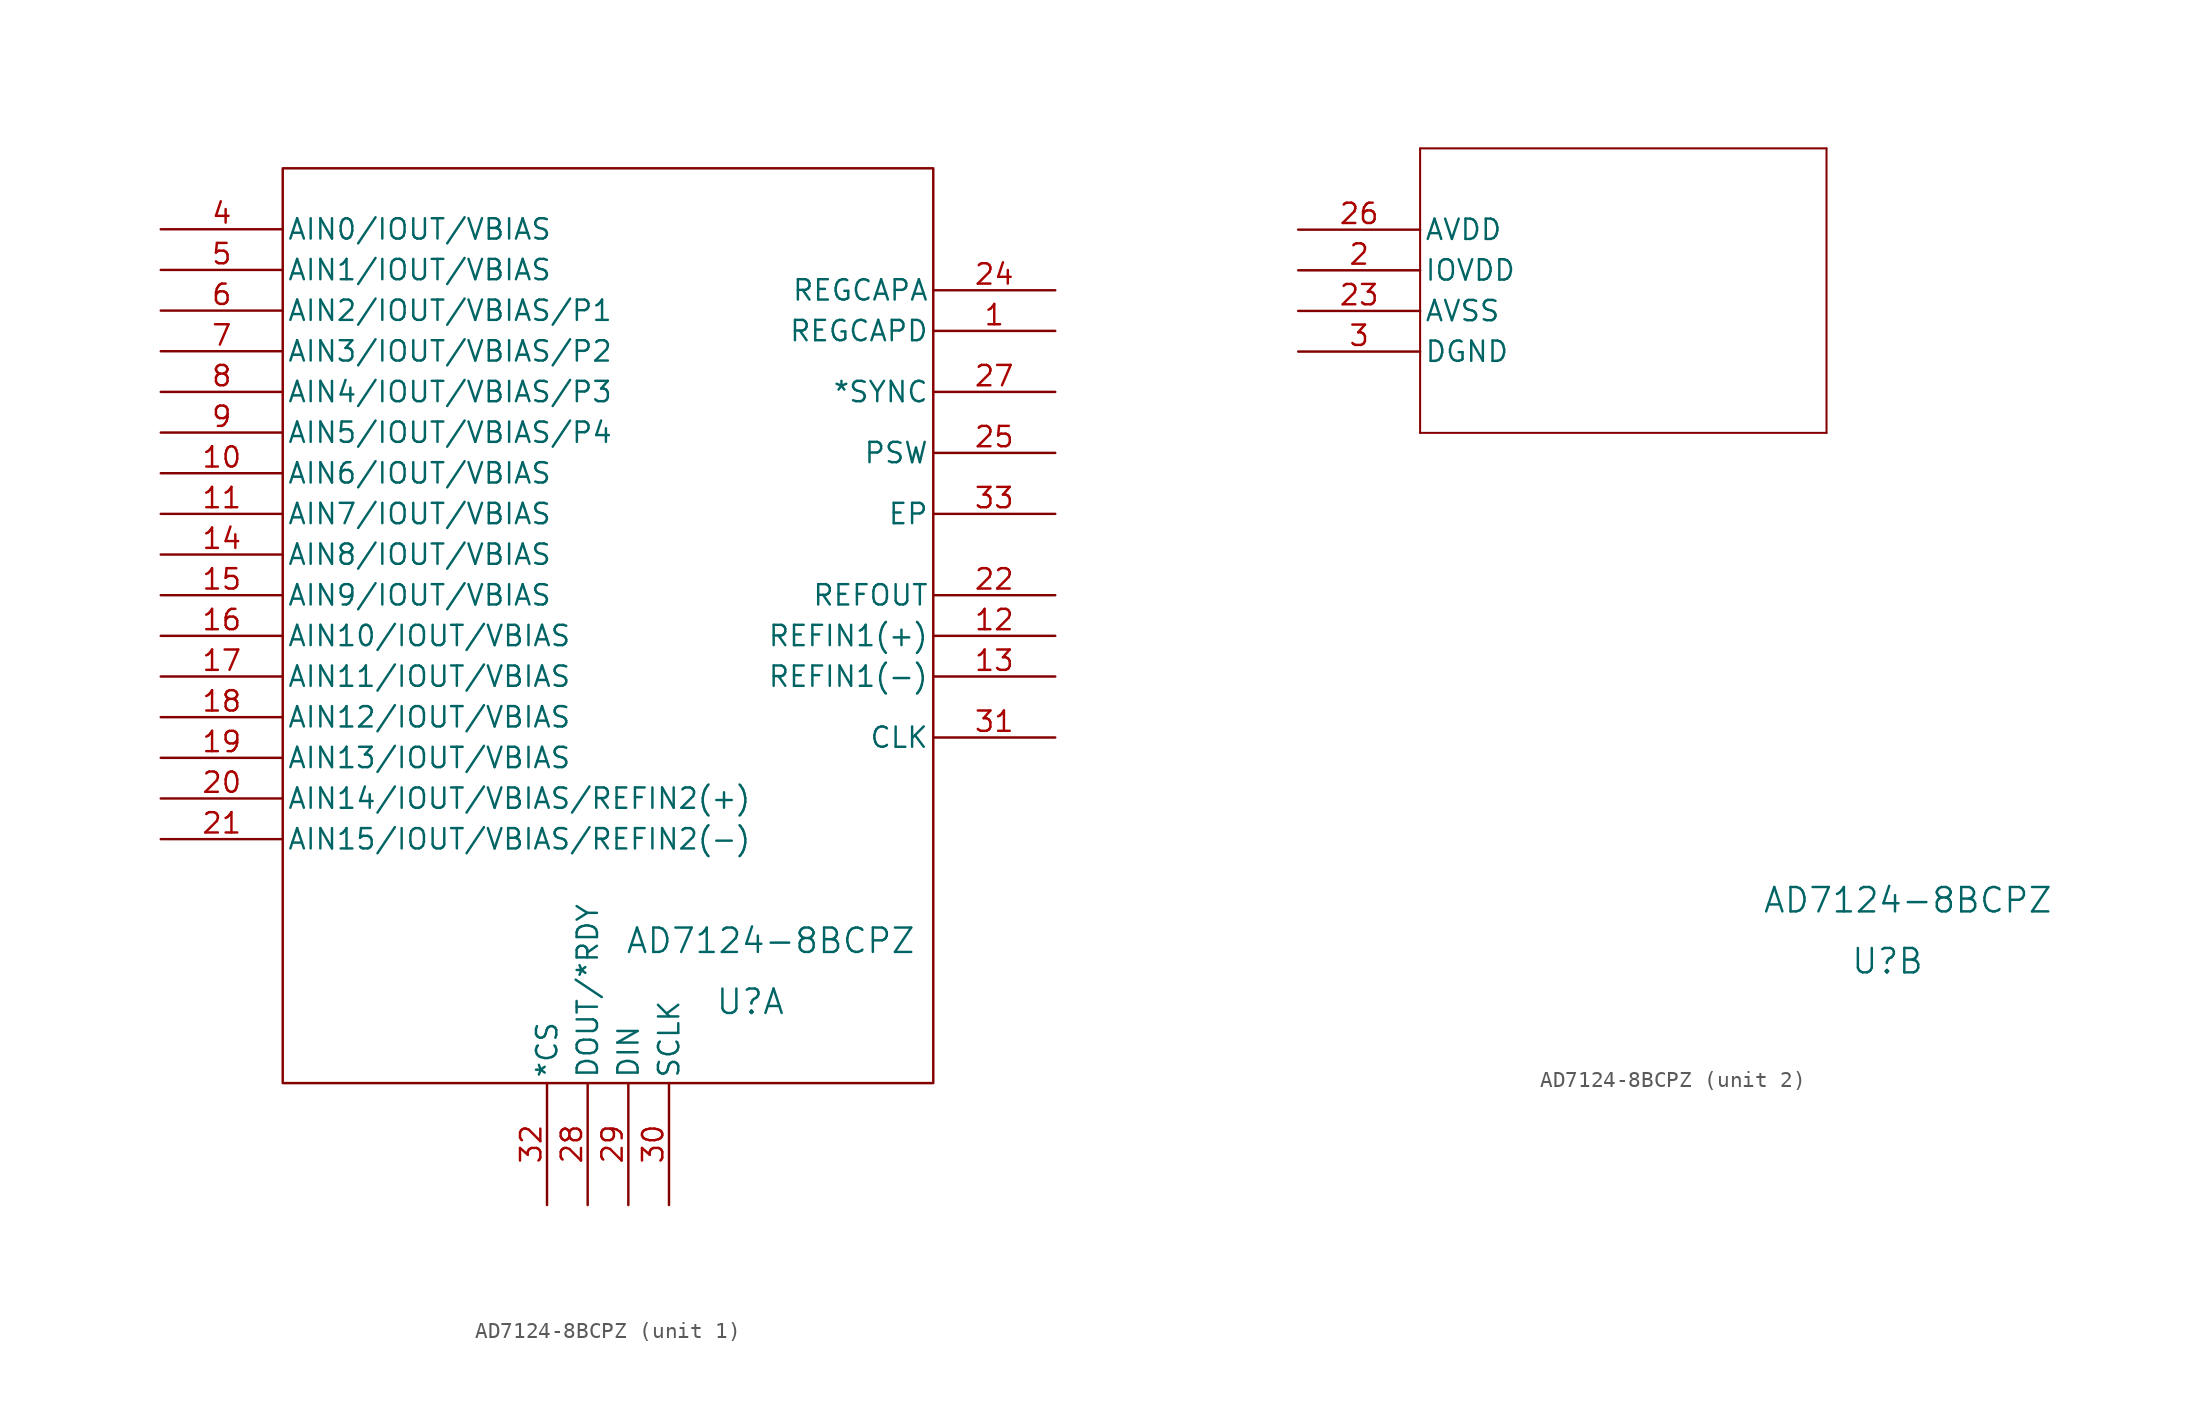
<source format=kicad_sym>
(kicad_symbol_lib
  (version 20231120)
  (generator "kicad_symbol_editor")
  (generator_version "8.0")
  (symbol "AD7124-8BCPZ"
    (pin_names
      (offset 0.254))
    (property "Reference" "U"
      (at 36.83 -45.72 0)
      (effects (font (size 1.524 1.524))))
    (property "Value" "AD7124-8BCPZ"
      (at 38.1 -41.91 0)
      (effects (font (size 1.524 1.524))))
    (property "ki_locked" ""
      (at 0 0 0)
      (effects (font (size 1.27 1.27))))
    (symbol "AD7124-8BCPZ_1_1"
      (rectangle (start 7.62 6.35) (end 48.26 -50.8) (stroke (width 0) (type default)) (fill (type none)))
      (pin unspecified line (at 55.88 -3.81 180) (length 7.62) (name "REGCAPD" (effects (font (size 1.27 1.27)))) (number "1" (effects (font (size 1.27 1.27)))))
      (pin unspecified line (at 0 -12.7 0) (length 7.62) (name "AIN6/IOUT/VBIAS" (effects (font (size 1.27 1.27)))) (number "10" (effects (font (size 1.27 1.27)))))
      (pin unspecified line (at 0 -15.24 0) (length 7.62) (name "AIN7/IOUT/VBIAS" (effects (font (size 1.27 1.27)))) (number "11" (effects (font (size 1.27 1.27)))))
      (pin unspecified line (at 55.88 -22.86 180) (length 7.62) (name "REFIN1(+)" (effects (font (size 1.27 1.27)))) (number "12" (effects (font (size 1.27 1.27)))))
      (pin unspecified line (at 55.88 -25.4 180) (length 7.62) (name "REFIN1(-)" (effects (font (size 1.27 1.27)))) (number "13" (effects (font (size 1.27 1.27)))))
      (pin unspecified line (at 0 -17.78 0) (length 7.62) (name "AIN8/IOUT/VBIAS" (effects (font (size 1.27 1.27)))) (number "14" (effects (font (size 1.27 1.27)))))
      (pin unspecified line (at 0 -20.32 0) (length 7.62) (name "AIN9/IOUT/VBIAS" (effects (font (size 1.27 1.27)))) (number "15" (effects (font (size 1.27 1.27)))))
      (pin unspecified line (at 0 -22.86 0) (length 7.62) (name "AIN10/IOUT/VBIAS" (effects (font (size 1.27 1.27)))) (number "16" (effects (font (size 1.27 1.27)))))
      (pin unspecified line (at 0 -25.4 0) (length 7.62) (name "AIN11/IOUT/VBIAS" (effects (font (size 1.27 1.27)))) (number "17" (effects (font (size 1.27 1.27)))))
      (pin unspecified line (at 0 -27.94 0) (length 7.62) (name "AIN12/IOUT/VBIAS" (effects (font (size 1.27 1.27)))) (number "18" (effects (font (size 1.27 1.27)))))
      (pin unspecified line (at 0 -30.48 0) (length 7.62) (name "AIN13/IOUT/VBIAS" (effects (font (size 1.27 1.27)))) (number "19" (effects (font (size 1.27 1.27)))))
      (pin unspecified line (at 0 -33.02 0) (length 7.62) (name "AIN14/IOUT/VBIAS/REFIN2(+)" (effects (font (size 1.27 1.27)))) (number "20" (effects (font (size 1.27 1.27)))))
      (pin unspecified line (at 0 -35.56 0) (length 7.62) (name "AIN15/IOUT/VBIAS/REFIN2(-)" (effects (font (size 1.27 1.27)))) (number "21" (effects (font (size 1.27 1.27)))))
      (pin unspecified line (at 55.88 -20.32 180) (length 7.62) (name "REFOUT" (effects (font (size 1.27 1.27)))) (number "22" (effects (font (size 1.27 1.27)))))
      (pin unspecified line (at 55.88 -1.27 180) (length 7.62) (name "REGCAPA" (effects (font (size 1.27 1.27)))) (number "24" (effects (font (size 1.27 1.27)))))
      (pin unspecified line (at 55.88 -11.43 180) (length 7.62) (name "PSW" (effects (font (size 1.27 1.27)))) (number "25" (effects (font (size 1.27 1.27)))))
      (pin unspecified line (at 55.88 -7.62 180) (length 7.62) (name "*SYNC" (effects (font (size 1.27 1.27)))) (number "27" (effects (font (size 1.27 1.27)))))
      (pin unspecified line (at 26.67 -58.42 90) (length 7.62) (name "DOUT/*RDY" (effects (font (size 1.27 1.27)))) (number "28" (effects (font (size 1.27 1.27)))))
      (pin unspecified line (at 29.21 -58.42 90) (length 7.62) (name "DIN" (effects (font (size 1.27 1.27)))) (number "29" (effects (font (size 1.27 1.27)))))
      (pin unspecified line (at 31.75 -58.42 90) (length 7.62) (name "SCLK" (effects (font (size 1.27 1.27)))) (number "30" (effects (font (size 1.27 1.27)))))
      (pin unspecified line (at 55.88 -29.21 180) (length 7.62) (name "CLK" (effects (font (size 1.27 1.27)))) (number "31" (effects (font (size 1.27 1.27)))))
      (pin unspecified line (at 24.13 -58.42 90) (length 7.62) (name "*CS" (effects (font (size 1.27 1.27)))) (number "32" (effects (font (size 1.27 1.27)))))
      (pin unspecified line (at 55.88 -15.24 180) (length 7.62) (name "EP" (effects (font (size 1.27 1.27)))) (number "33" (effects (font (size 1.27 1.27)))))
      (pin unspecified line (at 0 2.54 0) (length 7.62) (name "AIN0/IOUT/VBIAS" (effects (font (size 1.27 1.27)))) (number "4" (effects (font (size 1.27 1.27)))))
      (pin unspecified line (at 0 0 0) (length 7.62) (name "AIN1/IOUT/VBIAS" (effects (font (size 1.27 1.27)))) (number "5" (effects (font (size 1.27 1.27)))))
      (pin unspecified line (at 0 -2.54 0) (length 7.62) (name "AIN2/IOUT/VBIAS/P1" (effects (font (size 1.27 1.27)))) (number "6" (effects (font (size 1.27 1.27)))))
      (pin unspecified line (at 0 -5.08 0) (length 7.62) (name "AIN3/IOUT/VBIAS/P2" (effects (font (size 1.27 1.27)))) (number "7" (effects (font (size 1.27 1.27)))))
      (pin unspecified line (at 0 -7.62 0) (length 7.62) (name "AIN4/IOUT/VBIAS/P3" (effects (font (size 1.27 1.27)))) (number "8" (effects (font (size 1.27 1.27)))))
      (pin unspecified line (at 0 -10.16 0) (length 7.62) (name "AIN5/IOUT/VBIAS/P4" (effects (font (size 1.27 1.27)))) (number "9" (effects (font (size 1.27 1.27))))))
    (symbol "AD7124-8BCPZ_2_1"
      (polyline (pts (xy 7.62 -12.7) (xy 33.02 -12.7)) (stroke (width 0.127) (type default)) (fill (type none)))
      (polyline (pts (xy 7.62 5.08) (xy 7.62 -12.7)) (stroke (width 0.127) (type default)) (fill (type none)))
      (polyline (pts (xy 33.02 -12.7) (xy 33.02 5.08)) (stroke (width 0.127) (type default)) (fill (type none)))
      (polyline (pts (xy 33.02 5.08) (xy 7.62 5.08)) (stroke (width 0.127) (type default)) (fill (type none)))
      (pin unspecified line (at 0 -2.54 0) (length 7.62) (name "IOVDD" (effects (font (size 1.27 1.27)))) (number "2" (effects (font (size 1.27 1.27)))))
      (pin unspecified line (at 0 -5.08 0) (length 7.62) (name "AVSS" (effects (font (size 1.27 1.27)))) (number "23" (effects (font (size 1.27 1.27)))))
      (pin unspecified line (at 0 0 0) (length 7.62) (name "AVDD" (effects (font (size 1.27 1.27)))) (number "26" (effects (font (size 1.27 1.27)))))
      (pin unspecified line (at 0 -7.62 0) (length 7.62) (name "DGND" (effects (font (size 1.27 1.27)))) (number "3" (effects (font (size 1.27 1.27))))))))
</source>
